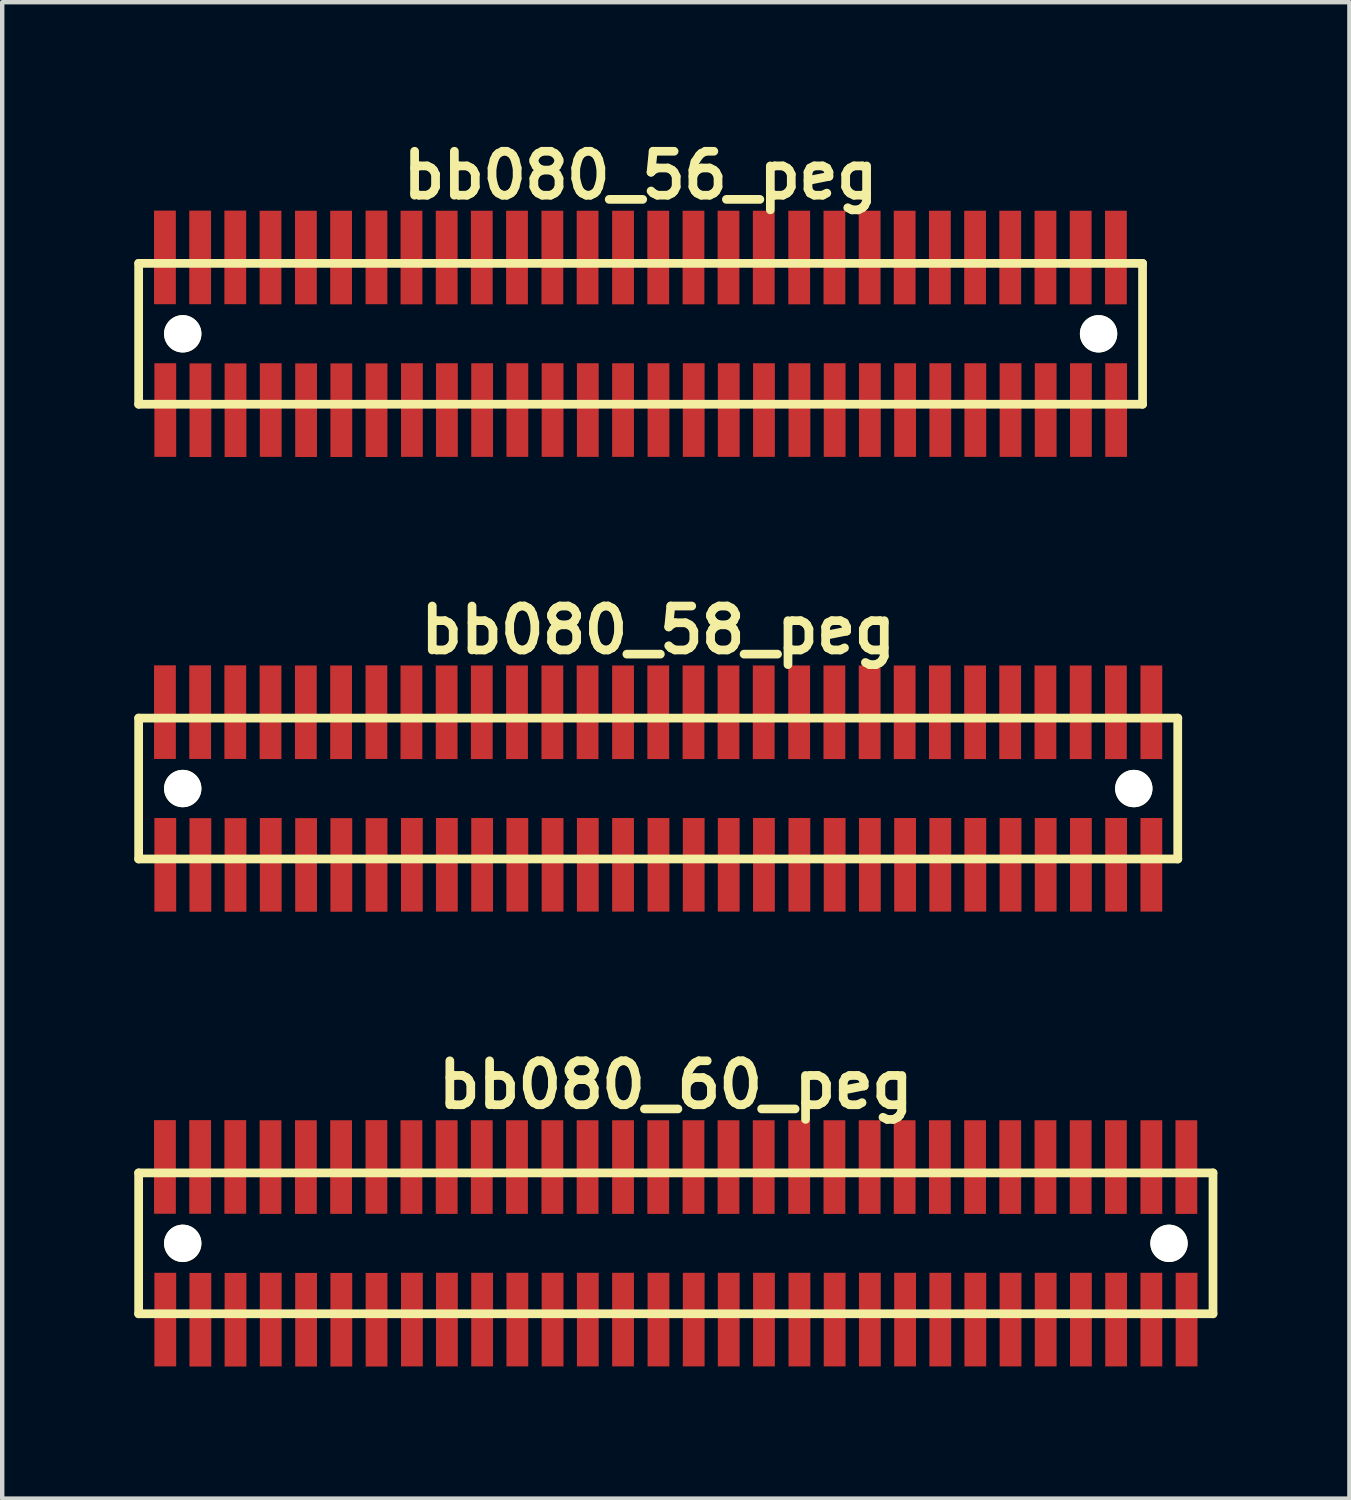
<source format=kicad_pcb>
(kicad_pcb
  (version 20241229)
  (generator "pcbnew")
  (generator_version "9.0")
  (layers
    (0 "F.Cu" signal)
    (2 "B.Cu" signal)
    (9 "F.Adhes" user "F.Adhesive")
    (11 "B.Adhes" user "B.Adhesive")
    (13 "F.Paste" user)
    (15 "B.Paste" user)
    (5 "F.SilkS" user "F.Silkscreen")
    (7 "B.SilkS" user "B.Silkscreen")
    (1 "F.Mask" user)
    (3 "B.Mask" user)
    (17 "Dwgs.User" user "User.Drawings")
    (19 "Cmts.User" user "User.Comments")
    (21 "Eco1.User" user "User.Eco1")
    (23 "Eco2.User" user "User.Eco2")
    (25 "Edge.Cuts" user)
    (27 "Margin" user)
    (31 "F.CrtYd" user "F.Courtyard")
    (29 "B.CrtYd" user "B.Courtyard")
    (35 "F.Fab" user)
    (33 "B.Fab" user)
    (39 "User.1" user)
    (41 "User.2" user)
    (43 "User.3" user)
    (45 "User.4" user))
  (footprint "bb080_56_peg"
    (layer "F.Cu")
    (at 11.499 4.531)
    (property "Reference" "bb080_56_peg" (at 0 -3.599 0) (layer "F.SilkS") (effects (font (size 0.998 0.998) (thickness 0.198))))
    (attr through_hole)
    (fp_line (start -11.4 -1.6) (end -11.4 1.6) (stroke (width 0.198) (type solid)) (layer "F.SilkS"))
    (fp_line (start -11.4 -1.6) (end 11.402 -1.6) (stroke (width 0.198) (type solid)) (layer "F.SilkS"))
    (fp_line (start 11.4 1.6) (end 11.4 -1.6) (stroke (width 0.198) (type solid)) (layer "F.SilkS"))
    (fp_line (start 11.402 1.6) (end -11.4 1.6) (stroke (width 0.198) (type solid)) (layer "F.SilkS"))
    (pad "" np_thru_hole circle (at -10.399 0) (size 0.848 0.848) (drill 0.848) (layers "*.Cu" "*.Mask" "F.SilkS"))
    (pad "" np_thru_hole circle (at 10.401 0) (size 0.848 0.848) (drill 0.848) (layers "*.Cu" "*.Mask" "F.SilkS"))
    (pad "1" smd rect (at -10.795 1.732) (size 0.495 2.126) (layers "F.Cu" "F.Mask" "F.Paste"))
    (pad "2" smd rect (at -10.803 -1.735) (size 0.495 2.126) (layers "F.Cu" "F.Mask" "F.Paste"))
    (pad "3" smd rect (at -9.997 1.735) (size 0.495 2.126) (layers "F.Cu" "F.Mask" "F.Paste"))
    (pad "4" smd rect (at -10.003 -1.735) (size 0.495 2.126) (layers "F.Cu" "F.Mask" "F.Paste"))
    (pad "5" smd rect (at -9.2 1.735) (size 0.495 2.126) (layers "F.Cu" "F.Mask" "F.Paste"))
    (pad "6" smd rect (at -9.205 -1.735) (size 0.495 2.126) (layers "F.Cu" "F.Mask" "F.Paste"))
    (pad "7" smd rect (at -8.4 1.732) (size 0.495 2.126) (layers "F.Cu" "F.Mask" "F.Paste"))
    (pad "8" smd rect (at -8.405 -1.732) (size 0.495 2.126) (layers "F.Cu" "F.Mask" "F.Paste"))
    (pad "9" smd rect (at -7.597 1.735) (size 0.495 2.126) (layers "F.Cu" "F.Mask" "F.Paste"))
    (pad "10" smd rect (at -7.602 -1.732) (size 0.495 2.126) (layers "F.Cu" "F.Mask" "F.Paste"))
    (pad "11" smd rect (at -6.797 1.735) (size 0.495 2.126) (layers "F.Cu" "F.Mask" "F.Paste"))
    (pad "12" smd rect (at -6.802 -1.732) (size 0.495 2.126) (layers "F.Cu" "F.Mask" "F.Paste"))
    (pad "13" smd rect (at -5.997 1.735) (size 0.495 2.126) (layers "F.Cu" "F.Mask" "F.Paste"))
    (pad "14" smd rect (at -5.999 -1.735) (size 0.495 2.126) (layers "F.Cu" "F.Mask" "F.Paste"))
    (pad "15" smd rect (at -5.194 1.732) (size 0.495 2.126) (layers "F.Cu" "F.Mask" "F.Paste"))
    (pad "16" smd rect (at -5.204 -1.732) (size 0.495 2.126) (layers "F.Cu" "F.Mask" "F.Paste"))
    (pad "17" smd rect (at -4.399 1.732) (size 0.495 2.126) (layers "F.Cu" "F.Mask" "F.Paste"))
    (pad "18" smd rect (at -4.404 -1.732) (size 0.495 2.126) (layers "F.Cu" "F.Mask" "F.Paste"))
    (pad "19" smd rect (at -3.599 1.732) (size 0.495 2.126) (layers "F.Cu" "F.Mask" "F.Paste"))
    (pad "20" smd rect (at -3.607 -1.732) (size 0.495 2.126) (layers "F.Cu" "F.Mask" "F.Paste"))
    (pad "21" smd rect (at -2.799 1.732) (size 0.495 2.126) (layers "F.Cu" "F.Mask" "F.Paste"))
    (pad "22" smd rect (at -2.807 -1.732) (size 0.495 2.126) (layers "F.Cu" "F.Mask" "F.Paste"))
    (pad "23" smd rect (at -1.999 1.732) (size 0.495 2.126) (layers "F.Cu" "F.Mask" "F.Paste"))
    (pad "24" smd rect (at -2.004 -1.732) (size 0.495 2.126) (layers "F.Cu" "F.Mask" "F.Paste"))
    (pad "25" smd rect (at -1.199 1.732) (size 0.495 2.126) (layers "F.Cu" "F.Mask" "F.Paste"))
    (pad "26" smd rect (at -1.204 -1.732) (size 0.495 2.126) (layers "F.Cu" "F.Mask" "F.Paste"))
    (pad "27" smd rect (at -0.399 1.732) (size 0.495 2.126) (layers "F.Cu" "F.Mask" "F.Paste"))
    (pad "28" smd rect (at -0.399 -1.732) (size 0.495 2.126) (layers "F.Cu" "F.Mask" "F.Paste"))
    (pad "29" smd rect (at 0.406 1.732) (size 0.495 2.126) (layers "F.Cu" "F.Mask" "F.Paste"))
    (pad "30" smd rect (at 0.401 -1.732) (size 0.495 2.126) (layers "F.Cu" "F.Mask" "F.Paste"))
    (pad "31" smd rect (at 1.206 1.732) (size 0.495 2.126) (layers "F.Cu" "F.Mask" "F.Paste"))
    (pad "32" smd rect (at 1.201 -1.732) (size 0.495 2.126) (layers "F.Cu" "F.Mask" "F.Paste"))
    (pad "33" smd rect (at 2.002 1.732) (size 0.495 2.126) (layers "F.Cu" "F.Mask" "F.Paste"))
    (pad "34" smd rect (at 1.996 -1.732) (size 0.495 2.126) (layers "F.Cu" "F.Mask" "F.Paste"))
    (pad "35" smd rect (at 2.802 1.732) (size 0.495 2.126) (layers "F.Cu" "F.Mask" "F.Paste"))
    (pad "36" smd rect (at 2.797 -1.732) (size 0.495 2.126) (layers "F.Cu" "F.Mask" "F.Paste"))
    (pad "37" smd rect (at 3.607 1.732) (size 0.495 2.126) (layers "F.Cu" "F.Mask" "F.Paste"))
    (pad "38" smd rect (at 3.602 -1.732) (size 0.495 2.126) (layers "F.Cu" "F.Mask" "F.Paste"))
    (pad "39" smd rect (at 4.407 1.732) (size 0.495 2.126) (layers "F.Cu" "F.Mask" "F.Paste"))
    (pad "40" smd rect (at 4.402 -1.732) (size 0.495 2.126) (layers "F.Cu" "F.Mask" "F.Paste"))
    (pad "41" smd rect (at 5.207 1.732) (size 0.495 2.126) (layers "F.Cu" "F.Mask" "F.Paste"))
    (pad "42" smd rect (at 5.202 -1.732) (size 0.495 2.126) (layers "F.Cu" "F.Mask" "F.Paste"))
    (pad "43" smd rect (at 6.007 1.732) (size 0.495 2.126) (layers "F.Cu" "F.Mask" "F.Paste"))
    (pad "44" smd rect (at 5.997 -1.732) (size 0.495 2.126) (layers "F.Cu" "F.Mask" "F.Paste"))
    (pad "45" smd rect (at 6.807 1.732) (size 0.495 2.126) (layers "F.Cu" "F.Mask" "F.Paste"))
    (pad "46" smd rect (at 6.797 -1.732) (size 0.495 2.126) (layers "F.Cu" "F.Mask" "F.Paste"))
    (pad "47" smd rect (at 7.602 1.732) (size 0.495 2.126) (layers "F.Cu" "F.Mask" "F.Paste"))
    (pad "48" smd rect (at 7.597 -1.732) (size 0.495 2.126) (layers "F.Cu" "F.Mask" "F.Paste"))
    (pad "49" smd rect (at 8.402 1.732) (size 0.495 2.126) (layers "F.Cu" "F.Mask" "F.Paste"))
    (pad "50" smd rect (at 8.395 -1.732) (size 0.495 2.126) (layers "F.Cu" "F.Mask" "F.Paste"))
    (pad "51" smd rect (at 9.2 1.732) (size 0.495 2.126) (layers "F.Cu" "F.Mask" "F.Paste"))
    (pad "52" smd rect (at 9.195 -1.732) (size 0.495 2.126) (layers "F.Cu" "F.Mask" "F.Paste"))
    (pad "53" smd rect (at 10 1.732) (size 0.495 2.126) (layers "F.Cu" "F.Mask" "F.Paste"))
    (pad "54" smd rect (at 9.995 -1.732) (size 0.495 2.126) (layers "F.Cu" "F.Mask" "F.Paste"))
    (pad "55" smd rect (at 10.8 1.732) (size 0.495 2.126) (layers "F.Cu" "F.Mask" "F.Paste"))
    (pad "56" smd rect (at 10.795 -1.732) (size 0.495 2.126) (layers "F.Cu" "F.Mask" "F.Paste")))
  (footprint "bb080_60_peg"
    (layer "F.Cu")
    (at 12.299 25.188)
    (property "Reference" "bb080_60_peg" (at 0 -3.599 0) (layer "F.SilkS") (effects (font (size 0.998 0.998) (thickness 0.198))))
    (attr through_hole)
    (fp_line (start -12.2 -1.6) (end -12.2 1.6) (stroke (width 0.198) (type solid)) (layer "F.SilkS"))
    (fp_line (start -12.2 1.6) (end 12.2 1.6) (stroke (width 0.198) (type solid)) (layer "F.SilkS"))
    (fp_line (start 12.2 -1.6) (end -12.2 -1.6) (stroke (width 0.198) (type solid)) (layer "F.SilkS"))
    (fp_line (start 12.2 1.6) (end 12.2 -1.6) (stroke (width 0.198) (type solid)) (layer "F.SilkS"))
    (pad "" np_thru_hole circle (at -11.199 0) (size 0.848 0.848) (drill 0.848) (layers "*.Cu" "*.Mask" "F.SilkS"))
    (pad "" np_thru_hole circle (at 11.201 0) (size 0.848 0.848) (drill 0.848) (layers "*.Cu" "*.Mask" "F.SilkS"))
    (pad "1" smd rect (at -11.595 1.732) (size 0.495 2.126) (layers "F.Cu" "F.Mask" "F.Paste"))
    (pad "2" smd rect (at -11.603 -1.735) (size 0.495 2.126) (layers "F.Cu" "F.Mask" "F.Paste"))
    (pad "3" smd rect (at -10.798 1.735) (size 0.495 2.126) (layers "F.Cu" "F.Mask" "F.Paste"))
    (pad "4" smd rect (at -10.803 -1.735) (size 0.495 2.126) (layers "F.Cu" "F.Mask" "F.Paste"))
    (pad "5" smd rect (at -10 1.735) (size 0.495 2.126) (layers "F.Cu" "F.Mask" "F.Paste"))
    (pad "6" smd rect (at -10.005 -1.735) (size 0.495 2.126) (layers "F.Cu" "F.Mask" "F.Paste"))
    (pad "7" smd rect (at -9.2 1.732) (size 0.495 2.126) (layers "F.Cu" "F.Mask" "F.Paste"))
    (pad "8" smd rect (at -9.205 -1.732) (size 0.495 2.126) (layers "F.Cu" "F.Mask" "F.Paste"))
    (pad "9" smd rect (at -8.397 1.735) (size 0.495 2.126) (layers "F.Cu" "F.Mask" "F.Paste"))
    (pad "10" smd rect (at -8.402 -1.732) (size 0.495 2.126) (layers "F.Cu" "F.Mask" "F.Paste"))
    (pad "11" smd rect (at -7.597 1.735) (size 0.495 2.126) (layers "F.Cu" "F.Mask" "F.Paste"))
    (pad "12" smd rect (at -7.602 -1.732) (size 0.495 2.126) (layers "F.Cu" "F.Mask" "F.Paste"))
    (pad "13" smd rect (at -6.797 1.735) (size 0.495 2.126) (layers "F.Cu" "F.Mask" "F.Paste"))
    (pad "14" smd rect (at -6.8 -1.735) (size 0.495 2.126) (layers "F.Cu" "F.Mask" "F.Paste"))
    (pad "15" smd rect (at -5.994 1.732) (size 0.495 2.126) (layers "F.Cu" "F.Mask" "F.Paste"))
    (pad "16" smd rect (at -6.005 -1.732) (size 0.495 2.126) (layers "F.Cu" "F.Mask" "F.Paste"))
    (pad "17" smd rect (at -5.199 1.732) (size 0.495 2.126) (layers "F.Cu" "F.Mask" "F.Paste"))
    (pad "18" smd rect (at -5.204 -1.732) (size 0.495 2.126) (layers "F.Cu" "F.Mask" "F.Paste"))
    (pad "19" smd rect (at -4.399 1.732) (size 0.495 2.126) (layers "F.Cu" "F.Mask" "F.Paste"))
    (pad "20" smd rect (at -4.407 -1.732) (size 0.495 2.126) (layers "F.Cu" "F.Mask" "F.Paste"))
    (pad "21" smd rect (at -3.599 1.732) (size 0.495 2.126) (layers "F.Cu" "F.Mask" "F.Paste"))
    (pad "22" smd rect (at -3.607 -1.732) (size 0.495 2.126) (layers "F.Cu" "F.Mask" "F.Paste"))
    (pad "23" smd rect (at -2.799 1.732) (size 0.495 2.126) (layers "F.Cu" "F.Mask" "F.Paste"))
    (pad "24" smd rect (at -2.804 -1.732) (size 0.495 2.126) (layers "F.Cu" "F.Mask" "F.Paste"))
    (pad "25" smd rect (at -1.999 1.732) (size 0.495 2.126) (layers "F.Cu" "F.Mask" "F.Paste"))
    (pad "26" smd rect (at -2.004 -1.732) (size 0.495 2.126) (layers "F.Cu" "F.Mask" "F.Paste"))
    (pad "27" smd rect (at -1.199 1.732) (size 0.495 2.126) (layers "F.Cu" "F.Mask" "F.Paste"))
    (pad "28" smd rect (at -1.199 -1.732) (size 0.495 2.126) (layers "F.Cu" "F.Mask" "F.Paste"))
    (pad "29" smd rect (at -0.394 1.732) (size 0.495 2.126) (layers "F.Cu" "F.Mask" "F.Paste"))
    (pad "30" smd rect (at -0.399 -1.732) (size 0.495 2.126) (layers "F.Cu" "F.Mask" "F.Paste"))
    (pad "31" smd rect (at 0.406 1.732) (size 0.495 2.126) (layers "F.Cu" "F.Mask" "F.Paste"))
    (pad "32" smd rect (at 0.401 -1.732) (size 0.495 2.126) (layers "F.Cu" "F.Mask" "F.Paste"))
    (pad "33" smd rect (at 1.201 1.732) (size 0.495 2.126) (layers "F.Cu" "F.Mask" "F.Paste"))
    (pad "34" smd rect (at 1.196 -1.732) (size 0.495 2.126) (layers "F.Cu" "F.Mask" "F.Paste"))
    (pad "35" smd rect (at 2.002 1.732) (size 0.495 2.126) (layers "F.Cu" "F.Mask" "F.Paste"))
    (pad "36" smd rect (at 1.996 -1.732) (size 0.495 2.126) (layers "F.Cu" "F.Mask" "F.Paste"))
    (pad "37" smd rect (at 2.807 1.732) (size 0.495 2.126) (layers "F.Cu" "F.Mask" "F.Paste"))
    (pad "38" smd rect (at 2.802 -1.732) (size 0.495 2.126) (layers "F.Cu" "F.Mask" "F.Paste"))
    (pad "39" smd rect (at 3.607 1.732) (size 0.495 2.126) (layers "F.Cu" "F.Mask" "F.Paste"))
    (pad "40" smd rect (at 3.602 -1.732) (size 0.495 2.126) (layers "F.Cu" "F.Mask" "F.Paste"))
    (pad "41" smd rect (at 4.407 1.732) (size 0.495 2.126) (layers "F.Cu" "F.Mask" "F.Paste"))
    (pad "42" smd rect (at 4.402 -1.732) (size 0.495 2.126) (layers "F.Cu" "F.Mask" "F.Paste"))
    (pad "43" smd rect (at 5.207 1.732) (size 0.495 2.126) (layers "F.Cu" "F.Mask" "F.Paste"))
    (pad "44" smd rect (at 5.197 -1.732) (size 0.495 2.126) (layers "F.Cu" "F.Mask" "F.Paste"))
    (pad "45" smd rect (at 6.007 1.732) (size 0.495 2.126) (layers "F.Cu" "F.Mask" "F.Paste"))
    (pad "46" smd rect (at 5.997 -1.732) (size 0.495 2.126) (layers "F.Cu" "F.Mask" "F.Paste"))
    (pad "47" smd rect (at 6.802 1.732) (size 0.495 2.126) (layers "F.Cu" "F.Mask" "F.Paste"))
    (pad "48" smd rect (at 6.797 -1.732) (size 0.495 2.126) (layers "F.Cu" "F.Mask" "F.Paste"))
    (pad "49" smd rect (at 7.602 1.732) (size 0.495 2.126) (layers "F.Cu" "F.Mask" "F.Paste"))
    (pad "50" smd rect (at 7.595 -1.732) (size 0.495 2.126) (layers "F.Cu" "F.Mask" "F.Paste"))
    (pad "51" smd rect (at 8.4 1.732) (size 0.495 2.126) (layers "F.Cu" "F.Mask" "F.Paste"))
    (pad "52" smd rect (at 8.395 -1.732) (size 0.495 2.126) (layers "F.Cu" "F.Mask" "F.Paste"))
    (pad "53" smd rect (at 9.2 1.732) (size 0.495 2.126) (layers "F.Cu" "F.Mask" "F.Paste"))
    (pad "54" smd rect (at 9.195 -1.732) (size 0.495 2.126) (layers "F.Cu" "F.Mask" "F.Paste"))
    (pad "55" smd rect (at 10 1.732) (size 0.495 2.126) (layers "F.Cu" "F.Mask" "F.Paste"))
    (pad "56" smd rect (at 9.995 -1.732) (size 0.495 2.126) (layers "F.Cu" "F.Mask" "F.Paste"))
    (pad "57" smd rect (at 10.8 1.732) (size 0.495 2.126) (layers "F.Cu" "F.Mask" "F.Paste"))
    (pad "58" smd rect (at 10.8 -1.732) (size 0.495 2.126) (layers "F.Cu" "F.Mask" "F.Paste"))
    (pad "59" smd rect (at 11.6 1.732) (size 0.495 2.126) (layers "F.Cu" "F.Mask" "F.Paste"))
    (pad "60" smd rect (at 11.595 -1.732) (size 0.495 2.126) (layers "F.Cu" "F.Mask" "F.Paste")))
  (footprint "bb080_58_peg"
    (layer "F.Cu")
    (at 11.9 14.859)
    (property "Reference" "bb080_58_peg" (at 0 -3.599 0) (layer "F.SilkS") (effects (font (size 0.998 0.998) (thickness 0.198))))
    (attr through_hole)
    (fp_line (start -11.801 -1.6) (end -11.801 1.6) (stroke (width 0.198) (type solid)) (layer "F.SilkS"))
    (fp_line (start -11.801 1.6) (end 11.801 1.6) (stroke (width 0.198) (type solid)) (layer "F.SilkS"))
    (fp_line (start 11.798 1.6) (end 11.798 -1.6) (stroke (width 0.198) (type solid)) (layer "F.SilkS"))
    (fp_line (start 11.801 -1.6) (end -11.801 -1.6) (stroke (width 0.198) (type solid)) (layer "F.SilkS"))
    (pad "" np_thru_hole circle (at -10.8 0) (size 0.848 0.848) (drill 0.848) (layers "*.Cu" "*.Mask" "F.SilkS"))
    (pad "" np_thru_hole circle (at 10.8 0) (size 0.848 0.848) (drill 0.848) (layers "*.Cu" "*.Mask" "F.SilkS"))
    (pad "1" smd rect (at -11.196 1.732) (size 0.495 2.126) (layers "F.Cu" "F.Mask" "F.Paste"))
    (pad "2" smd rect (at -11.204 -1.735) (size 0.495 2.126) (layers "F.Cu" "F.Mask" "F.Paste"))
    (pad "3" smd rect (at -10.399 1.735) (size 0.495 2.126) (layers "F.Cu" "F.Mask" "F.Paste"))
    (pad "4" smd rect (at -10.404 -1.735) (size 0.495 2.126) (layers "F.Cu" "F.Mask" "F.Paste"))
    (pad "5" smd rect (at -9.601 1.735) (size 0.495 2.126) (layers "F.Cu" "F.Mask" "F.Paste"))
    (pad "6" smd rect (at -9.606 -1.735) (size 0.495 2.126) (layers "F.Cu" "F.Mask" "F.Paste"))
    (pad "7" smd rect (at -8.801 1.732) (size 0.495 2.126) (layers "F.Cu" "F.Mask" "F.Paste"))
    (pad "8" smd rect (at -8.806 -1.732) (size 0.495 2.126) (layers "F.Cu" "F.Mask" "F.Paste"))
    (pad "9" smd rect (at -7.998 1.735) (size 0.495 2.126) (layers "F.Cu" "F.Mask" "F.Paste"))
    (pad "10" smd rect (at -8.004 -1.732) (size 0.495 2.126) (layers "F.Cu" "F.Mask" "F.Paste"))
    (pad "11" smd rect (at -7.198 1.735) (size 0.495 2.126) (layers "F.Cu" "F.Mask" "F.Paste"))
    (pad "12" smd rect (at -7.203 -1.732) (size 0.495 2.126) (layers "F.Cu" "F.Mask" "F.Paste"))
    (pad "13" smd rect (at -6.398 1.735) (size 0.495 2.126) (layers "F.Cu" "F.Mask" "F.Paste"))
    (pad "14" smd rect (at -6.401 -1.735) (size 0.495 2.126) (layers "F.Cu" "F.Mask" "F.Paste"))
    (pad "15" smd rect (at -5.596 1.732) (size 0.495 2.126) (layers "F.Cu" "F.Mask" "F.Paste"))
    (pad "16" smd rect (at -5.606 -1.732) (size 0.495 2.126) (layers "F.Cu" "F.Mask" "F.Paste"))
    (pad "17" smd rect (at -4.801 1.732) (size 0.495 2.126) (layers "F.Cu" "F.Mask" "F.Paste"))
    (pad "18" smd rect (at -4.806 -1.732) (size 0.495 2.126) (layers "F.Cu" "F.Mask" "F.Paste"))
    (pad "19" smd rect (at -4 1.732) (size 0.495 2.126) (layers "F.Cu" "F.Mask" "F.Paste"))
    (pad "20" smd rect (at -4.008 -1.732) (size 0.495 2.126) (layers "F.Cu" "F.Mask" "F.Paste"))
    (pad "21" smd rect (at -3.2 1.732) (size 0.495 2.126) (layers "F.Cu" "F.Mask" "F.Paste"))
    (pad "22" smd rect (at -3.208 -1.732) (size 0.495 2.126) (layers "F.Cu" "F.Mask" "F.Paste"))
    (pad "23" smd rect (at -2.4 1.732) (size 0.495 2.126) (layers "F.Cu" "F.Mask" "F.Paste"))
    (pad "24" smd rect (at -2.405 -1.732) (size 0.495 2.126) (layers "F.Cu" "F.Mask" "F.Paste"))
    (pad "25" smd rect (at -1.6 1.732) (size 0.495 2.126) (layers "F.Cu" "F.Mask" "F.Paste"))
    (pad "26" smd rect (at -1.605 -1.732) (size 0.495 2.126) (layers "F.Cu" "F.Mask" "F.Paste"))
    (pad "27" smd rect (at -0.8 1.732) (size 0.495 2.126) (layers "F.Cu" "F.Mask" "F.Paste"))
    (pad "28" smd rect (at -0.8 -1.732) (size 0.495 2.126) (layers "F.Cu" "F.Mask" "F.Paste"))
    (pad "29" smd rect (at 0.005 1.732) (size 0.495 2.126) (layers "F.Cu" "F.Mask" "F.Paste"))
    (pad "30" smd rect (at 0 -1.732) (size 0.495 2.126) (layers "F.Cu" "F.Mask" "F.Paste"))
    (pad "31" smd rect (at 0.805 1.732) (size 0.495 2.126) (layers "F.Cu" "F.Mask" "F.Paste"))
    (pad "32" smd rect (at 0.8 -1.732) (size 0.495 2.126) (layers "F.Cu" "F.Mask" "F.Paste"))
    (pad "33" smd rect (at 1.6 1.732) (size 0.495 2.126) (layers "F.Cu" "F.Mask" "F.Paste"))
    (pad "34" smd rect (at 1.595 -1.732) (size 0.495 2.126) (layers "F.Cu" "F.Mask" "F.Paste"))
    (pad "35" smd rect (at 2.4 1.732) (size 0.495 2.126) (layers "F.Cu" "F.Mask" "F.Paste"))
    (pad "36" smd rect (at 2.395 -1.732) (size 0.495 2.126) (layers "F.Cu" "F.Mask" "F.Paste"))
    (pad "37" smd rect (at 3.205 1.732) (size 0.495 2.126) (layers "F.Cu" "F.Mask" "F.Paste"))
    (pad "38" smd rect (at 3.2 -1.732) (size 0.495 2.126) (layers "F.Cu" "F.Mask" "F.Paste"))
    (pad "39" smd rect (at 4.006 1.732) (size 0.495 2.126) (layers "F.Cu" "F.Mask" "F.Paste"))
    (pad "40" smd rect (at 4 -1.732) (size 0.495 2.126) (layers "F.Cu" "F.Mask" "F.Paste"))
    (pad "41" smd rect (at 4.806 1.732) (size 0.495 2.126) (layers "F.Cu" "F.Mask" "F.Paste"))
    (pad "42" smd rect (at 4.801 -1.732) (size 0.495 2.126) (layers "F.Cu" "F.Mask" "F.Paste"))
    (pad "43" smd rect (at 5.606 1.732) (size 0.495 2.126) (layers "F.Cu" "F.Mask" "F.Paste"))
    (pad "44" smd rect (at 5.596 -1.732) (size 0.495 2.126) (layers "F.Cu" "F.Mask" "F.Paste"))
    (pad "45" smd rect (at 6.406 1.732) (size 0.495 2.126) (layers "F.Cu" "F.Mask" "F.Paste"))
    (pad "46" smd rect (at 6.396 -1.732) (size 0.495 2.126) (layers "F.Cu" "F.Mask" "F.Paste"))
    (pad "47" smd rect (at 7.201 1.732) (size 0.495 2.126) (layers "F.Cu" "F.Mask" "F.Paste"))
    (pad "48" smd rect (at 7.196 -1.732) (size 0.495 2.126) (layers "F.Cu" "F.Mask" "F.Paste"))
    (pad "49" smd rect (at 8.001 1.732) (size 0.495 2.126) (layers "F.Cu" "F.Mask" "F.Paste"))
    (pad "50" smd rect (at 7.993 -1.732) (size 0.495 2.126) (layers "F.Cu" "F.Mask" "F.Paste"))
    (pad "51" smd rect (at 8.799 1.732) (size 0.495 2.126) (layers "F.Cu" "F.Mask" "F.Paste"))
    (pad "52" smd rect (at 8.793 -1.732) (size 0.495 2.126) (layers "F.Cu" "F.Mask" "F.Paste"))
    (pad "53" smd rect (at 9.599 1.732) (size 0.495 2.126) (layers "F.Cu" "F.Mask" "F.Paste"))
    (pad "54" smd rect (at 9.594 -1.732) (size 0.495 2.126) (layers "F.Cu" "F.Mask" "F.Paste"))
    (pad "55" smd rect (at 10.399 1.732) (size 0.495 2.126) (layers "F.Cu" "F.Mask" "F.Paste"))
    (pad "56" smd rect (at 10.394 -1.732) (size 0.495 2.126) (layers "F.Cu" "F.Mask" "F.Paste"))
    (pad "57" smd rect (at 11.199 1.732) (size 0.495 2.126) (layers "F.Cu" "F.Mask" "F.Paste"))
    (pad "58" smd rect (at 11.199 -1.732) (size 0.495 2.126) (layers "F.Cu" "F.Mask" "F.Paste")))
  (gr_rect
    (start -3 -3)
    (end 27.597 30.986)
    (stroke (width 0.1) (type default))
    (fill no)
    (layer "Edge.Cuts")))
</source>
